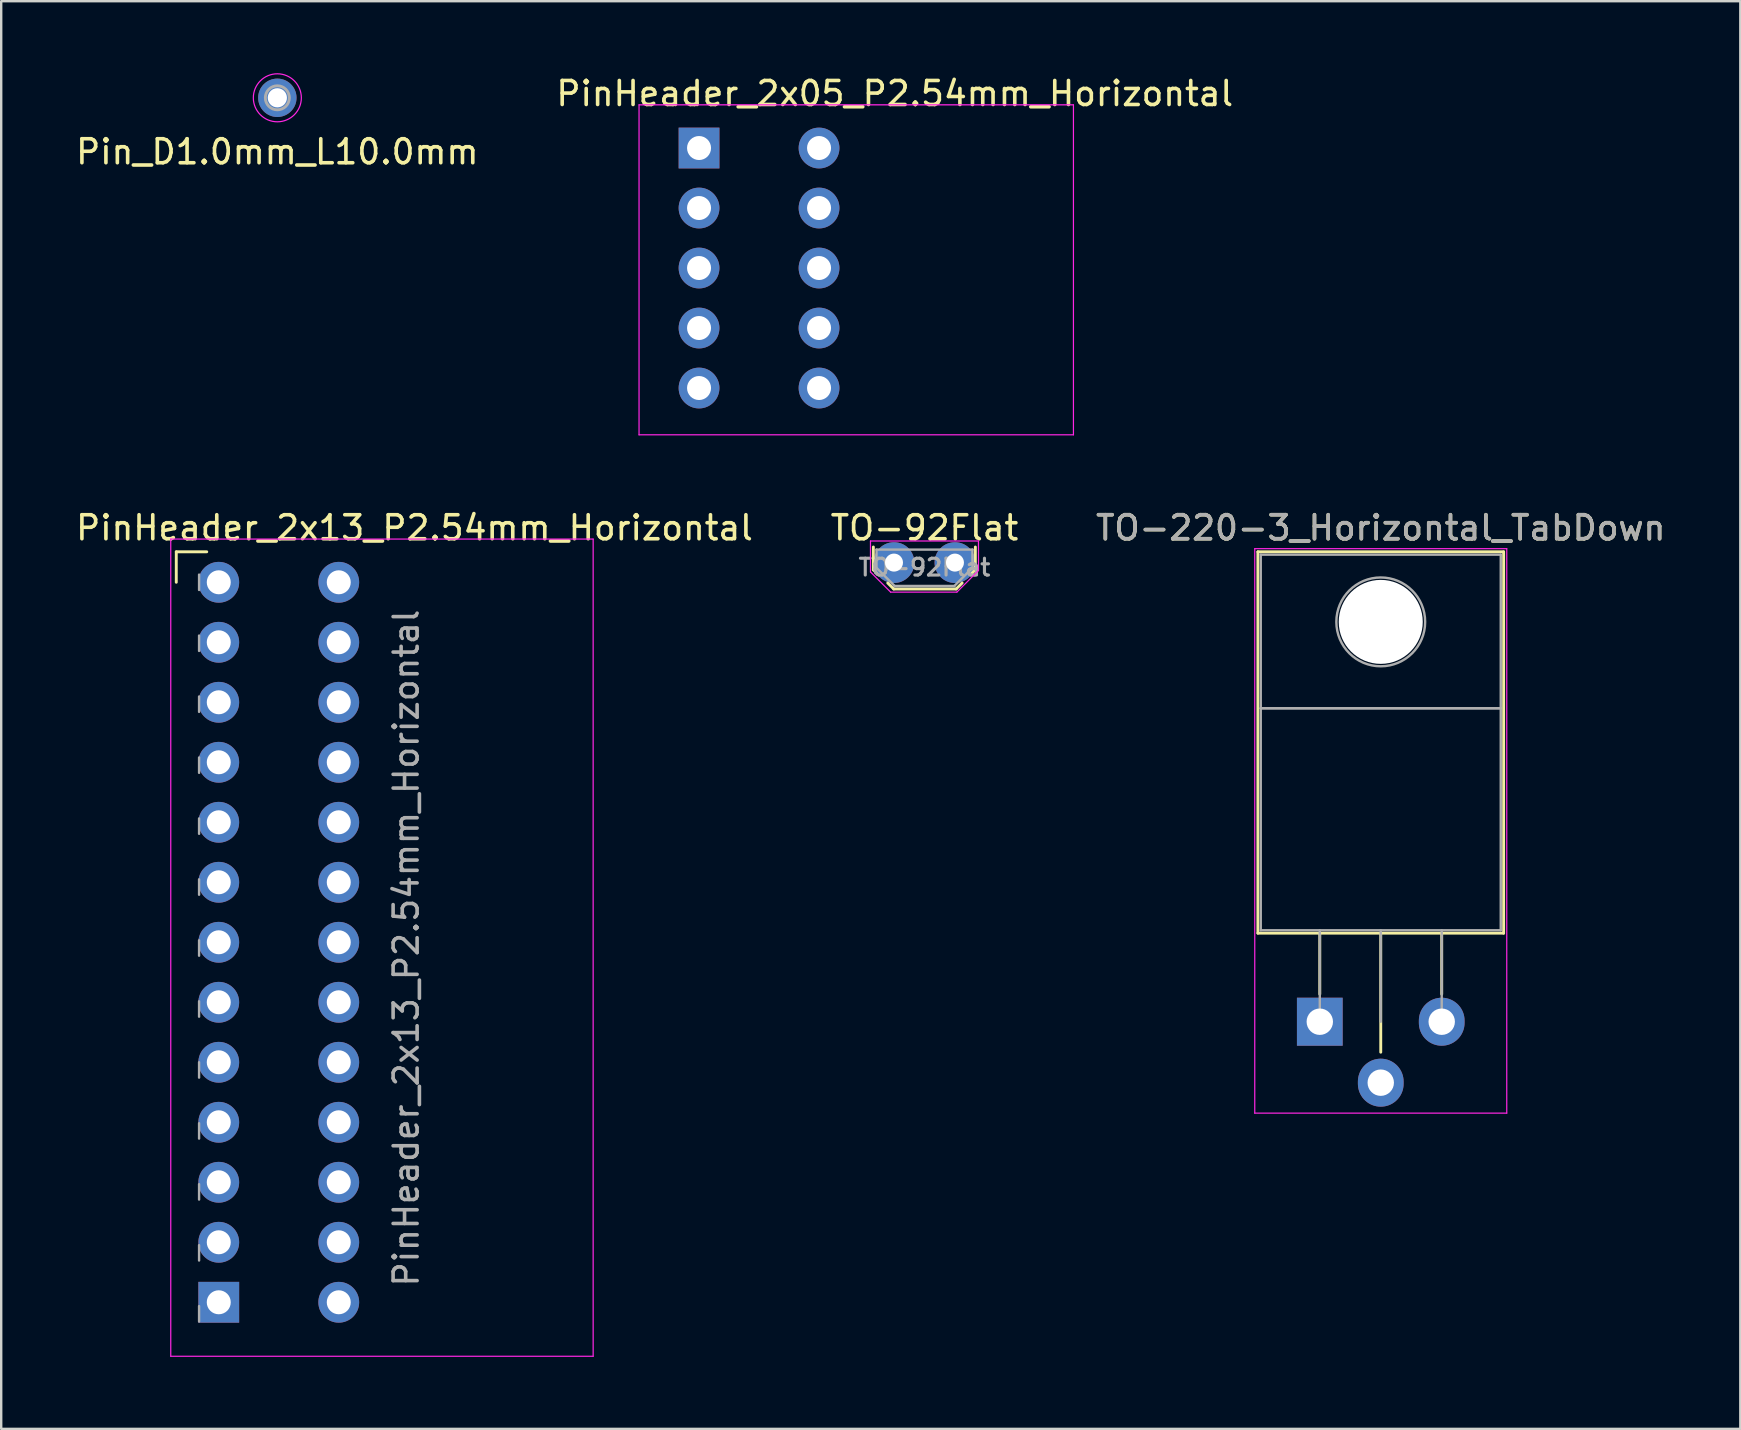
<source format=kicad_pcb>
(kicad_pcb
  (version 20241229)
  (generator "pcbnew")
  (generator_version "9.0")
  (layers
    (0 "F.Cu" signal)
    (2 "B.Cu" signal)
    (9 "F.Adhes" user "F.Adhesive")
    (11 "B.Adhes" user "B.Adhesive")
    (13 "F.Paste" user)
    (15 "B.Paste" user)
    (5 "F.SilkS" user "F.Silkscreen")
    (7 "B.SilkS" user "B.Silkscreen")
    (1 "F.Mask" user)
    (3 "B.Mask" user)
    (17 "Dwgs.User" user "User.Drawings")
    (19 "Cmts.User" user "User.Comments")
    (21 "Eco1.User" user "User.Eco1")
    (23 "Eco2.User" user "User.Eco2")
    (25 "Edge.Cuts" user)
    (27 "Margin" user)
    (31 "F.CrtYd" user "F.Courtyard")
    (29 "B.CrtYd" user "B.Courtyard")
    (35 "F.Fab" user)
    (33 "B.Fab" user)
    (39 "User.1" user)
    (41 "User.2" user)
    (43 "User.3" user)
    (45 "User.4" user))
  (footprint "Pin_D1.0mm_L10.0mm"
    (layer "F.Cu")
    (at 8.506 1.025)
    (property "Reference" "Pin_D1.0mm_L10.0mm" (at 0 2.25 0) (layer "F.SilkS") (effects (font (size 1 1) (thickness 0.15))))
    (attr through_hole)
    (fp_circle (center 0 0) (end 1 0) (stroke (width 0.05) (type solid)) (fill no) (layer "F.CrtYd"))
    (fp_circle (center 0 0) (end 0.5 0) (stroke (width 0.12) (type solid)) (fill no) (layer "F.Fab"))
    (pad "1" thru_hole circle (at 0 0) (size 1.6 1.6) (drill 0.8) (layers "*.Cu" "*.Mask")))
  (footprint "PinHeader_2x13_P2.54mm_Horizontal"
    (layer "F.Cu")
    (at 8.565 21.212)
    (property "Reference" "PinHeader_2x13_P2.54mm_Horizontal" (at 5.655 -2.27 0) (layer "F.SilkS") (effects (font (size 1 1) (thickness 0.15))))
    (attr through_hole)
    (fp_line (start -4.27 -1.27) (end -3 -1.27) (stroke (width 0.12) (type solid)) (layer "F.SilkS"))
    (fp_line (start -4.27 0) (end -4.27 -1.27) (stroke (width 0.12) (type solid)) (layer "F.SilkS"))
    (fp_line (start -4.5 -1.8) (end -4.5 32.25) (stroke (width 0.05) (type solid)) (layer "F.CrtYd"))
    (fp_line (start -4.5 32.25) (end 13.1 32.25) (stroke (width 0.05) (type solid)) (layer "F.CrtYd"))
    (fp_line (start 13.1 -1.8) (end -4.5 -1.8) (stroke (width 0.05) (type solid)) (layer "F.CrtYd"))
    (fp_line (start 13.1 32.25) (end 13.1 -1.8) (stroke (width 0.05) (type solid)) (layer "F.CrtYd"))
    (fp_line (start -3.32 -0.32) (end -3.32 0.32) (stroke (width 0.1) (type solid)) (layer "F.Fab"))
    (fp_line (start -3.32 2.22) (end -3.32 2.86) (stroke (width 0.1) (type solid)) (layer "F.Fab"))
    (fp_line (start -3.32 4.76) (end -3.32 5.4) (stroke (width 0.1) (type solid)) (layer "F.Fab"))
    (fp_line (start -3.32 7.3) (end -3.32 7.94) (stroke (width 0.1) (type solid)) (layer "F.Fab"))
    (fp_line (start -3.32 9.84) (end -3.32 10.48) (stroke (width 0.1) (type solid)) (layer "F.Fab"))
    (fp_line (start -3.32 12.38) (end -3.32 13.02) (stroke (width 0.1) (type solid)) (layer "F.Fab"))
    (fp_line (start -3.32 14.92) (end -3.32 15.56) (stroke (width 0.1) (type solid)) (layer "F.Fab"))
    (fp_line (start -3.32 17.46) (end -3.32 18.1) (stroke (width 0.1) (type solid)) (layer "F.Fab"))
    (fp_line (start -3.32 20) (end -3.32 20.64) (stroke (width 0.1) (type solid)) (layer "F.Fab"))
    (fp_line (start -3.32 22.54) (end -3.32 23.18) (stroke (width 0.1) (type solid)) (layer "F.Fab"))
    (fp_line (start -3.32 25.08) (end -3.32 25.72) (stroke (width 0.1) (type solid)) (layer "F.Fab"))
    (fp_line (start -3.32 27.62) (end -3.32 28.26) (stroke (width 0.1) (type solid)) (layer "F.Fab"))
    (fp_line (start -3.32 30.16) (end -3.32 30.8) (stroke (width 0.1) (type solid)) (layer "F.Fab"))
    (fp_text user "${REFERENCE}" (at 5.31 15.24 90) (layer "F.Fab") (effects (font (size 1 1) (thickness 0.15))))
    (pad "a1" thru_hole oval (at 2.5 30) (size 1.7 1.7) (drill 1) (layers "*.Cu" "*.Mask"))
    (pad "a2" thru_hole oval (at 2.5 27.5) (size 1.7 1.7) (drill 1) (layers "*.Cu" "*.Mask"))
    (pad "a3" thru_hole oval (at 2.5 25) (size 1.7 1.7) (drill 1) (layers "*.Cu" "*.Mask"))
    (pad "a4" thru_hole oval (at 2.5 22.5) (size 1.7 1.7) (drill 1) (layers "*.Cu" "*.Mask"))
    (pad "a5" thru_hole oval (at 2.5 20) (size 1.7 1.7) (drill 1) (layers "*.Cu" "*.Mask"))
    (pad "a6" thru_hole oval (at 2.5 17.5) (size 1.7 1.7) (drill 1) (layers "*.Cu" "*.Mask"))
    (pad "a7" thru_hole oval (at 2.5 15) (size 1.7 1.7) (drill 1) (layers "*.Cu" "*.Mask"))
    (pad "a8" thru_hole oval (at 2.5 12.5) (size 1.7 1.7) (drill 1) (layers "*.Cu" "*.Mask"))
    (pad "a9" thru_hole oval (at 2.5 10) (size 1.7 1.7) (drill 1) (layers "*.Cu" "*.Mask"))
    (pad "a10" thru_hole oval (at 2.5 7.5) (size 1.7 1.7) (drill 1) (layers "*.Cu" "*.Mask"))
    (pad "a11" thru_hole oval (at 2.5 5) (size 1.7 1.7) (drill 1) (layers "*.Cu" "*.Mask"))
    (pad "a12" thru_hole oval (at 2.5 2.5) (size 1.7 1.7) (drill 1) (layers "*.Cu" "*.Mask"))
    (pad "a13" thru_hole oval (at 2.5 0) (size 1.7 1.7) (drill 1) (layers "*.Cu" "*.Mask"))
    (pad "b1" thru_hole rect (at -2.5 30) (size 1.7 1.7) (drill 1) (layers "*.Cu" "*.Mask"))
    (pad "b2" thru_hole oval (at -2.5 27.5) (size 1.7 1.7) (drill 1) (layers "*.Cu" "*.Mask"))
    (pad "b3" thru_hole oval (at -2.5 25) (size 1.7 1.7) (drill 1) (layers "*.Cu" "*.Mask"))
    (pad "b4" thru_hole oval (at -2.5 22.5) (size 1.7 1.7) (drill 1) (layers "*.Cu" "*.Mask"))
    (pad "b5" thru_hole oval (at -2.5 20) (size 1.7 1.7) (drill 1) (layers "*.Cu" "*.Mask"))
    (pad "b6" thru_hole oval (at -2.5 17.5) (size 1.7 1.7) (drill 1) (layers "*.Cu" "*.Mask"))
    (pad "b7" thru_hole oval (at -2.5 15) (size 1.7 1.7) (drill 1) (layers "*.Cu" "*.Mask"))
    (pad "b8" thru_hole oval (at -2.5 12.5) (size 1.7 1.7) (drill 1) (layers "*.Cu" "*.Mask"))
    (pad "b9" thru_hole oval (at -2.5 10) (size 1.7 1.7) (drill 1) (layers "*.Cu" "*.Mask"))
    (pad "b10" thru_hole oval (at -2.5 7.5) (size 1.7 1.7) (drill 1) (layers "*.Cu" "*.Mask"))
    (pad "b11" thru_hole oval (at -2.5 5) (size 1.7 1.7) (drill 1) (layers "*.Cu" "*.Mask"))
    (pad "b12" thru_hole oval (at -2.5 2.5) (size 1.7 1.7) (drill 1) (layers "*.Cu" "*.Mask"))
    (pad "b13" thru_hole oval (at -2.5 0) (size 1.7 1.7) (drill 1) (layers "*.Cu" "*.Mask")))
  (footprint "TO-92Flat"
    (layer "F.Cu")
    (at 34.2 20.392)
    (property "Reference" "TO-92Flat" (at 1.27 -1.45 0) (layer "F.SilkS") (effects (font (size 1 1) (thickness 0.15))))
    (attr through_hole)
    (fp_line (start -0.86 0.3) (end -0.86 -0.65) (stroke (width 0.12) (type solid)) (layer "F.SilkS"))
    (fp_line (start -0.71 0.45) (end -0.86 0.3) (stroke (width 0.12) (type solid)) (layer "F.SilkS"))
    (fp_line (start -0.01 1.1) (end -0.26 0.85) (stroke (width 0.12) (type solid)) (layer "F.SilkS"))
    (fp_line (start -0.01 1.1) (end 2.59 1.1) (stroke (width 0.12) (type solid)) (layer "F.SilkS"))
    (fp_line (start 2.59 1.1) (end 2.84 0.85) (stroke (width 0.12) (type solid)) (layer "F.SilkS"))
    (fp_line (start 3.24 0.45) (end 3.39 0.3) (stroke (width 0.12) (type solid)) (layer "F.SilkS"))
    (fp_line (start 3.39 -0.65) (end 3.39 0.3) (stroke (width 0.12) (type solid)) (layer "F.SilkS"))
    (fp_line (start -0.98 -0.9) (end 3.52 -0.9) (stroke (width 0.05) (type solid)) (layer "F.CrtYd"))
    (fp_line (start -0.98 0.39) (end -0.98 -0.9) (stroke (width 0.05) (type solid)) (layer "F.CrtYd"))
    (fp_line (start -0.14 1.23) (end -0.98 0.39) (stroke (width 0.05) (type solid)) (layer "F.CrtYd"))
    (fp_line (start 2.62 1.23) (end -0.14 1.23) (stroke (width 0.05) (type solid)) (layer "F.CrtYd"))
    (fp_line (start 3.52 -0.9) (end 3.52 0.33) (stroke (width 0.05) (type solid)) (layer "F.CrtYd"))
    (fp_line (start 3.52 0.33) (end 2.62 1.23) (stroke (width 0.05) (type solid)) (layer "F.CrtYd"))
    (fp_line (start -0.73 -0.542) (end -0.73 0.217) (stroke (width 0.1) (type solid)) (layer "F.Fab"))
    (fp_line (start 0.03 0.978) (end -0.73 0.217) (stroke (width 0.1) (type solid)) (layer "F.Fab"))
    (fp_line (start 2.51 0.978) (end 0.03 0.978) (stroke (width 0.1) (type solid)) (layer "F.Fab"))
    (fp_line (start 2.51 0.978) (end 0.03 0.978) (stroke (width 0.1) (type solid)) (layer "F.Fab"))
    (fp_line (start 3.27 -0.542) (end -0.73 -0.542) (stroke (width 0.1) (type solid)) (layer "F.Fab"))
    (fp_line (start 3.27 -0.542) (end 3.27 0.217) (stroke (width 0.1) (type solid)) (layer "F.Fab"))
    (fp_line (start 3.27 0.217) (end 2.51 0.978) (stroke (width 0.1) (type solid)) (layer "F.Fab"))
    (fp_text user "${REFERENCE}" (at 1.27 0.2 0) (layer "F.Fab") (effects (font (size 0.7 0.7) (thickness 0.13))))
    (pad "1" thru_hole circle (at 0 0) (size 1.7 1.7) (drill 0.75) (layers "*.Cu" "*.Mask"))
    (pad "2" thru_hole circle (at 2.54 0) (size 1.7 1.7) (drill 0.75) (layers "*.Cu" "*.Mask")))
  (footprint "PinHeader_2x05_P2.54mm_Horizontal"
    (layer "F.Cu")
    (at 28.577 3.118)
    (property "Reference" "PinHeader_2x05_P2.54mm_Horizontal" (at 5.655 -2.27 0) (layer "F.SilkS") (effects (font (size 1 1) (thickness 0.15))))
    (attr through_hole)
    (fp_line (start -5 -1.8) (end -5 11.95) (stroke (width 0.05) (type solid)) (layer "F.CrtYd"))
    (fp_line (start -5 11.95) (end 13.1 11.95) (stroke (width 0.05) (type solid)) (layer "F.CrtYd"))
    (fp_line (start 13.1 -1.8) (end -5 -1.8) (stroke (width 0.05) (type solid)) (layer "F.CrtYd"))
    (fp_line (start 13.1 11.95) (end 13.1 -1.8) (stroke (width 0.05) (type solid)) (layer "F.CrtYd"))
    (pad "a1" thru_hole oval (at 2.5 10) (size 1.7 1.7) (drill 1) (layers "*.Cu" "*.Mask"))
    (pad "a2" thru_hole oval (at 2.5 7.5) (size 1.7 1.7) (drill 1) (layers "*.Cu" "*.Mask"))
    (pad "a3" thru_hole oval (at 2.5 5) (size 1.7 1.7) (drill 1) (layers "*.Cu" "*.Mask"))
    (pad "a4" thru_hole oval (at 2.5 2.5) (size 1.7 1.7) (drill 1) (layers "*.Cu" "*.Mask"))
    (pad "a5" thru_hole oval (at 2.5 0) (size 1.7 1.7) (drill 1) (layers "*.Cu" "*.Mask"))
    (pad "b1" thru_hole oval (at -2.5 10) (size 1.7 1.7) (drill 1) (layers "*.Cu" "*.Mask"))
    (pad "b2" thru_hole oval (at -2.5 7.5) (size 1.7 1.7) (drill 1) (layers "*.Cu" "*.Mask"))
    (pad "b3" thru_hole oval (at -2.5 5) (size 1.7 1.7) (drill 1) (layers "*.Cu" "*.Mask"))
    (pad "b4" thru_hole oval (at -2.5 2.5) (size 1.7 1.7) (drill 1) (layers "*.Cu" "*.Mask"))
    (pad "b5" thru_hole rect (at -2.5 0) (size 1.7 1.7) (drill 1) (layers "*.Cu" "*.Mask")))
  (footprint "TO-220-3_Horizontal_TabDown"
    (layer "F.Cu")
    (at 51.942 39.522)
    (property "Reference" "TO-220-3_Horizontal_TabDown" (at 2.54 -20.58 0) (layer "F.SilkS") (effects (font (size 1 1) (thickness 0.15))))
    (attr through_hole)
    (fp_line (start -2.58 -19.58) (end -2.58 -3.69) (stroke (width 0.12) (type solid)) (layer "F.SilkS"))
    (fp_line (start -2.58 -19.58) (end 7.66 -19.58) (stroke (width 0.12) (type solid)) (layer "F.SilkS"))
    (fp_line (start -2.58 -3.69) (end 7.66 -3.69) (stroke (width 0.12) (type solid)) (layer "F.SilkS"))
    (fp_line (start 0 -3.69) (end 0 -1.15) (stroke (width 0.12) (type solid)) (layer "F.SilkS"))
    (fp_line (start 2.54 -3.69) (end 2.54 1.27) (stroke (width 0.12) (type solid)) (layer "F.SilkS"))
    (fp_line (start 5.08 -3.69) (end 5.08 -1.15) (stroke (width 0.12) (type solid)) (layer "F.SilkS"))
    (fp_line (start 7.66 -19.58) (end 7.66 -3.69) (stroke (width 0.12) (type solid)) (layer "F.SilkS"))
    (fp_line (start -2.71 -19.71) (end -2.71 3.81) (stroke (width 0.05) (type solid)) (layer "F.CrtYd"))
    (fp_line (start -2.71 3.81) (end 7.79 3.81) (stroke (width 0.05) (type solid)) (layer "F.CrtYd"))
    (fp_line (start 7.79 -19.71) (end -2.71 -19.71) (stroke (width 0.05) (type solid)) (layer "F.CrtYd"))
    (fp_line (start 7.79 3.81) (end 7.79 -19.71) (stroke (width 0.05) (type solid)) (layer "F.CrtYd"))
    (fp_line (start -2.46 -19.46) (end 7.54 -19.46) (stroke (width 0.1) (type solid)) (layer "F.Fab"))
    (fp_line (start -2.46 -13.06) (end -2.46 -19.46) (stroke (width 0.1) (type solid)) (layer "F.Fab"))
    (fp_line (start -2.46 -13.06) (end 7.54 -13.06) (stroke (width 0.1) (type solid)) (layer "F.Fab"))
    (fp_line (start -2.46 -3.81) (end -2.46 -13.06) (stroke (width 0.1) (type solid)) (layer "F.Fab"))
    (fp_line (start 0 -3.81) (end 0 0) (stroke (width 0.1) (type solid)) (layer "F.Fab"))
    (fp_line (start 2.54 -3.81) (end 2.54 0) (stroke (width 0.1) (type solid)) (layer "F.Fab"))
    (fp_line (start 5.08 -3.81) (end 5.08 0) (stroke (width 0.1) (type solid)) (layer "F.Fab"))
    (fp_line (start 7.54 -19.46) (end 7.54 -13.06) (stroke (width 0.1) (type solid)) (layer "F.Fab"))
    (fp_line (start 7.54 -13.06) (end -2.46 -13.06) (stroke (width 0.1) (type solid)) (layer "F.Fab"))
    (fp_line (start 7.54 -13.06) (end 7.54 -3.81) (stroke (width 0.1) (type solid)) (layer "F.Fab"))
    (fp_line (start 7.54 -3.81) (end -2.46 -3.81) (stroke (width 0.1) (type solid)) (layer "F.Fab"))
    (fp_circle (center 2.54 -16.66) (end 4.39 -16.66) (stroke (width 0.1) (type solid)) (fill no) (layer "F.Fab"))
    (fp_text user "${REFERENCE}" (at 2.54 -20.58 0) (layer "F.Fab") (effects (font (size 1 1) (thickness 0.15))))
    (pad "" np_thru_hole circle (at 2.54 -16.66) (size 3.5 3.5) (drill 3.5) (layers "*.Cu" "*.Mask"))
    (pad "1" thru_hole rect (at 0 0) (size 1.905 2) (drill 1.1) (layers "*.Cu" "*.Mask"))
    (pad "2" thru_hole oval (at 5.08 0) (size 1.905 2) (drill 1.1) (layers "*.Cu" "*.Mask"))
    (pad "3" thru_hole oval (at 2.54 2.54) (size 1.905 2) (drill 1.1) (layers "*.Cu" "*.Mask")))
  (gr_rect
    (start -3 -3)
    (end 69.464 56.486)
    (stroke (width 0.1) (type default))
    (fill no)
    (layer "Edge.Cuts")))
</source>
